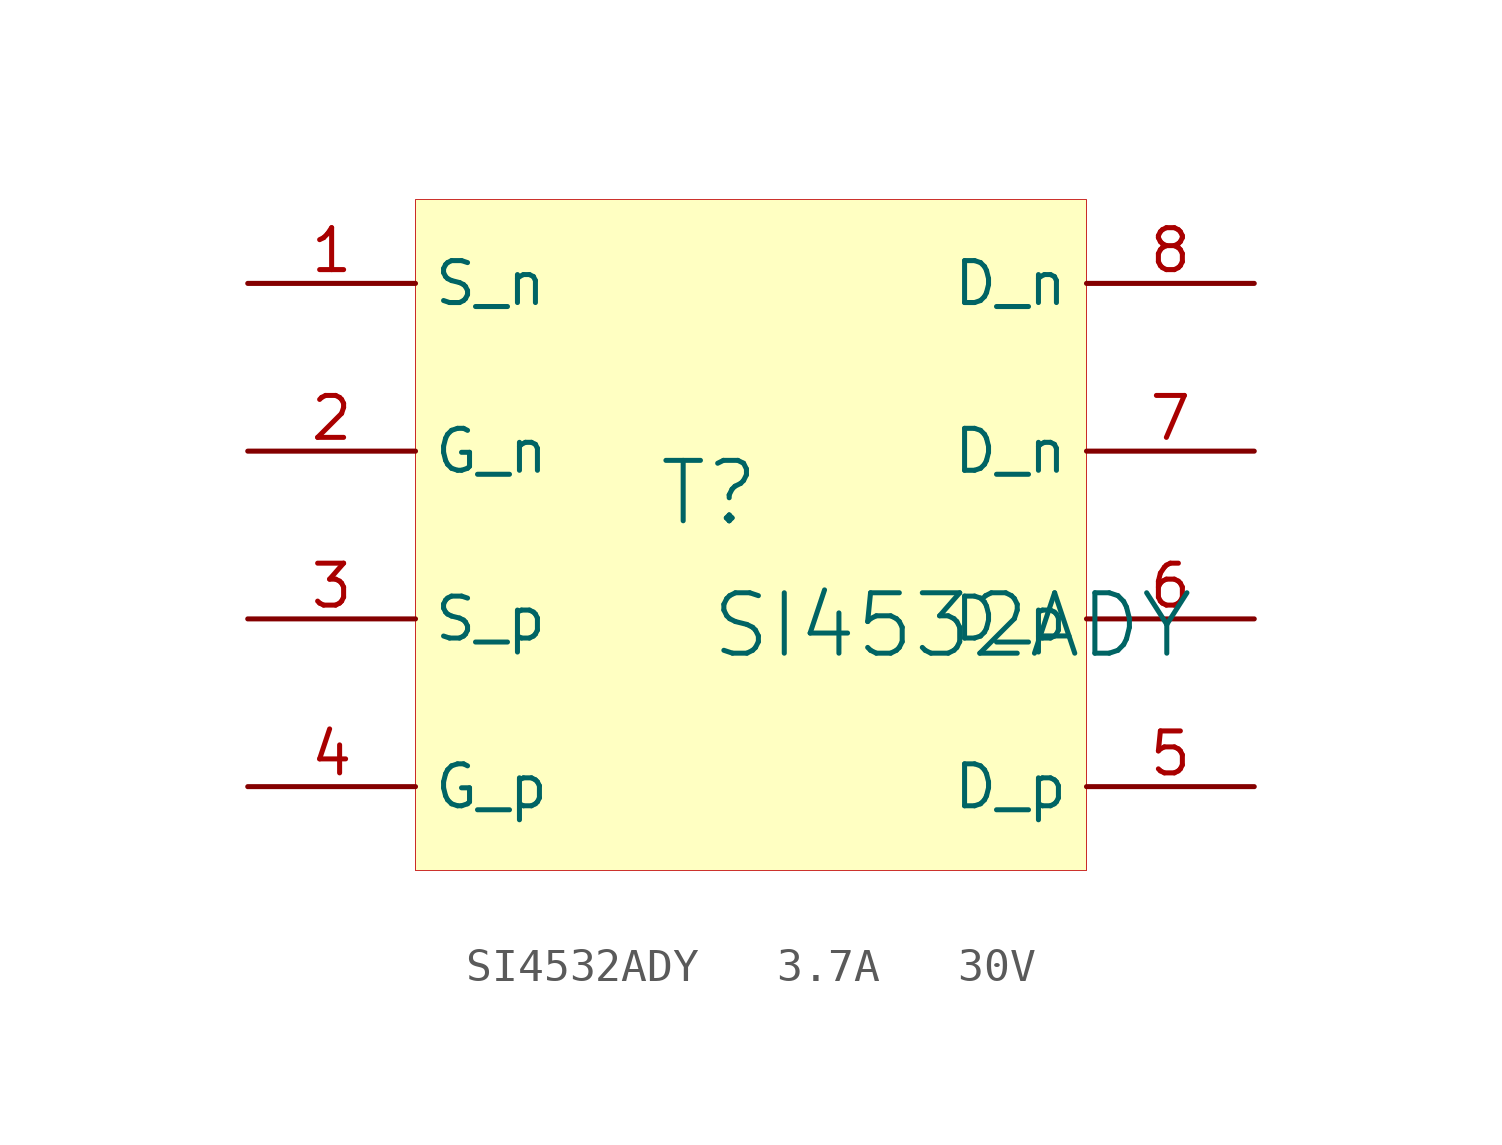
<source format=kicad_sym>
(kicad_symbol_lib
  (version 20241209)
  (generator "kicad_symbol_editor")
  (generator_version "9.0")
  (symbol "SI4532ADY   3.7A   30V"
    (property "Reference" "T"
      (at -1.27 1.27 0)
      (effects (font (size 1.829 1.829))))
    (property "Value" "SI4532ADY"
      (at -1.27 -3.81 0)
      (effects (font (size 1.829 1.829)) (justify left bottom)))
    (symbol "SI4532ADY   3.7A   30V_1_0"
      (rectangle (start 10.16 10.16) (end -10.16 -10.16) (stroke (width 0.025) (type solid) (color 191 0 0 1)) (fill (type background)))
      (pin passive line (at -15.24 7.62 0) (length 5.08) (name "S_n" (effects (font (size 1.27 1.27)))) (number "1" (effects (font (size 1.27 1.27)))))
      (pin passive line (at -15.24 2.54 0) (length 5.08) (name "G_n" (effects (font (size 1.27 1.27)))) (number "2" (effects (font (size 1.27 1.27)))))
      (pin passive line (at -15.24 -2.54 0) (length 5.08) (name "S_p" (effects (font (size 1.27 1.27)))) (number "3" (effects (font (size 1.27 1.27)))))
      (pin passive line (at -15.24 -7.62 0) (length 5.08) (name "G_p" (effects (font (size 1.27 1.27)))) (number "4" (effects (font (size 1.27 1.27)))))
      (pin passive line (at 15.24 7.62 180) (length 5.08) (name "D_n" (effects (font (size 1.27 1.27)))) (number "8" (effects (font (size 1.27 1.27)))))
      (pin passive line (at 15.24 2.54 180) (length 5.08) (name "D_n" (effects (font (size 1.27 1.27)))) (number "7" (effects (font (size 1.27 1.27)))))
      (pin passive line (at 15.24 -2.54 180) (length 5.08) (name "D_p" (effects (font (size 1.27 1.27)))) (number "6" (effects (font (size 1.27 1.27)))))
      (pin passive line (at 15.24 -7.62 180) (length 5.08) (name "D_p" (effects (font (size 1.27 1.27)))) (number "5" (effects (font (size 1.27 1.27))))))))
</source>
